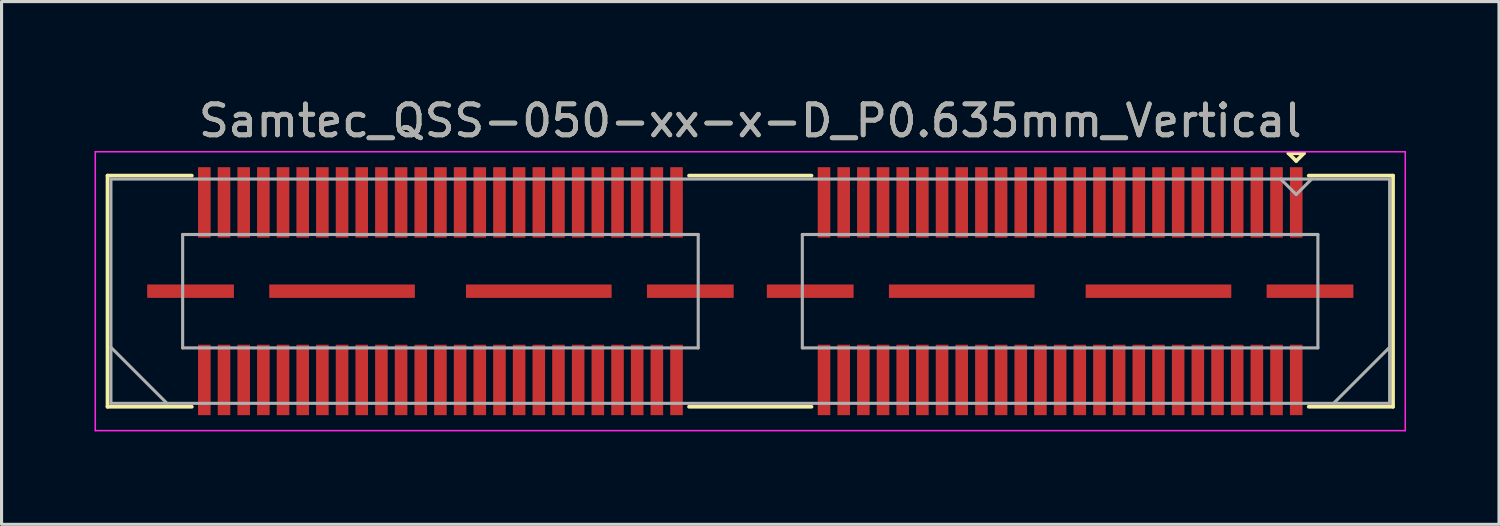
<source format=kicad_pcb>
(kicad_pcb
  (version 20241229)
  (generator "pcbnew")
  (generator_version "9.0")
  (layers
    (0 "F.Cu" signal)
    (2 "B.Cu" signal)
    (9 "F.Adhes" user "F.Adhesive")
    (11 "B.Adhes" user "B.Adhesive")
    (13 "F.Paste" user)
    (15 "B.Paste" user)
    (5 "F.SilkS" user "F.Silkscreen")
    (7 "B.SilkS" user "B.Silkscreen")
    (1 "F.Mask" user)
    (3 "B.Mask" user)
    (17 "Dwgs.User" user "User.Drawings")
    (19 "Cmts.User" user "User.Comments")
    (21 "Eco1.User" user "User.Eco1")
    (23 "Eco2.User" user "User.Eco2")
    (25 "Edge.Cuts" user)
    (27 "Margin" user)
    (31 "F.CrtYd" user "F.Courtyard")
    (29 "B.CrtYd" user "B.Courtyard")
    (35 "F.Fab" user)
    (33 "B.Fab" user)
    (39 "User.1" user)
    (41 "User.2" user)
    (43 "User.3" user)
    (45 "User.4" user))
  (footprint "Samtec_QSS-050-xx-x-D_P0.635mm_Vertical"
    (layer "F.Cu")
    (at 21.165 6.348)
    (property "Reference" "Samtec_QSS-050-xx-x-D_P0.635mm_Vertical" (at 0 -5.5 0) (layer "F.SilkS") (effects (font (size 1 1) (thickness 0.15))))
    (attr smd)
    (fp_line (start -20.745 -3.73) (end -18.023 -3.73) (stroke (width 0.12) (type solid)) (layer "F.SilkS"))
    (fp_line (start -20.745 3.73) (end -20.745 -3.73) (stroke (width 0.12) (type solid)) (layer "F.SilkS"))
    (fp_line (start -18.023 3.73) (end -20.745 3.73) (stroke (width 0.12) (type solid)) (layer "F.SilkS"))
    (fp_line (start 1.977 -3.73) (end -1.977 -3.73) (stroke (width 0.12) (type solid)) (layer "F.SilkS"))
    (fp_line (start 1.977 3.73) (end -1.977 3.73) (stroke (width 0.12) (type solid)) (layer "F.SilkS"))
    (fp_line (start 17.37 -4.452) (end 17.87 -4.452) (stroke (width 0.12) (type solid)) (layer "F.SilkS"))
    (fp_line (start 17.62 -4.202) (end 17.37 -4.452) (stroke (width 0.12) (type solid)) (layer "F.SilkS"))
    (fp_line (start 17.87 -4.452) (end 17.62 -4.202) (stroke (width 0.12) (type solid)) (layer "F.SilkS"))
    (fp_line (start 18.023 3.73) (end 20.745 3.73) (stroke (width 0.12) (type solid)) (layer "F.SilkS"))
    (fp_line (start 20.745 -3.73) (end 18.023 -3.73) (stroke (width 0.12) (type solid)) (layer "F.SilkS"))
    (fp_line (start 20.745 3.73) (end 20.745 -3.73) (stroke (width 0.12) (type solid)) (layer "F.SilkS"))
    (fp_line (start -21.14 -4.5) (end -21.14 4.5) (stroke (width 0.05) (type solid)) (layer "F.CrtYd"))
    (fp_line (start -21.14 4.5) (end 21.14 4.5) (stroke (width 0.05) (type solid)) (layer "F.CrtYd"))
    (fp_line (start 21.14 -4.5) (end -21.14 -4.5) (stroke (width 0.05) (type solid)) (layer "F.CrtYd"))
    (fp_line (start 21.14 4.5) (end 21.14 -4.5) (stroke (width 0.05) (type solid)) (layer "F.CrtYd"))
    (fp_line (start -20.635 -3.62) (end -20.635 3.62) (stroke (width 0.1) (type solid)) (layer "F.Fab"))
    (fp_line (start -20.635 1.81) (end -18.825 3.62) (stroke (width 0.1) (type solid)) (layer "F.Fab"))
    (fp_line (start -20.635 3.62) (end 20.635 3.62) (stroke (width 0.1) (type solid)) (layer "F.Fab"))
    (fp_line (start -18.32 -1.83) (end -18.32 1.83) (stroke (width 0.1) (type solid)) (layer "F.Fab"))
    (fp_line (start -18.32 1.83) (end -1.68 1.83) (stroke (width 0.1) (type solid)) (layer "F.Fab"))
    (fp_line (start -1.68 -1.83) (end -18.32 -1.83) (stroke (width 0.1) (type solid)) (layer "F.Fab"))
    (fp_line (start -1.68 1.83) (end -1.68 -1.83) (stroke (width 0.1) (type solid)) (layer "F.Fab"))
    (fp_line (start 1.68 -1.83) (end 1.68 1.83) (stroke (width 0.1) (type solid)) (layer "F.Fab"))
    (fp_line (start 1.68 1.83) (end 18.32 1.83) (stroke (width 0.1) (type solid)) (layer "F.Fab"))
    (fp_line (start 17.62 -3.12) (end 17.12 -3.62) (stroke (width 0.1) (type solid)) (layer "F.Fab"))
    (fp_line (start 18.12 -3.62) (end 17.62 -3.12) (stroke (width 0.1) (type solid)) (layer "F.Fab"))
    (fp_line (start 18.32 -1.83) (end 1.68 -1.83) (stroke (width 0.1) (type solid)) (layer "F.Fab"))
    (fp_line (start 18.32 1.83) (end 18.32 -1.83) (stroke (width 0.1) (type solid)) (layer "F.Fab"))
    (fp_line (start 20.635 -3.62) (end -20.635 -3.62) (stroke (width 0.1) (type solid)) (layer "F.Fab"))
    (fp_line (start 20.635 1.81) (end 18.825 3.62) (stroke (width 0.1) (type solid)) (layer "F.Fab"))
    (fp_line (start 20.635 3.62) (end 20.635 -3.62) (stroke (width 0.1) (type solid)) (layer "F.Fab"))
    (fp_text user "${REFERENCE}" (at 0 -5.5 0) (layer "F.Fab") (effects (font (size 1 1) (thickness 0.15))))
    (pad "1" smd rect (at 17.62 -2.865) (size 0.406 2.273) (layers "F.Cu" "F.Mask" "F.Paste"))
    (pad "2" smd rect (at 17.62 2.865) (size 0.406 2.273) (layers "F.Cu" "F.Mask" "F.Paste"))
    (pad "3" smd rect (at 16.985 -2.865) (size 0.406 2.273) (layers "F.Cu" "F.Mask" "F.Paste"))
    (pad "4" smd rect (at 16.985 2.865) (size 0.406 2.273) (layers "F.Cu" "F.Mask" "F.Paste"))
    (pad "5" smd rect (at 16.35 -2.865) (size 0.406 2.273) (layers "F.Cu" "F.Mask" "F.Paste"))
    (pad "6" smd rect (at 16.35 2.865) (size 0.406 2.273) (layers "F.Cu" "F.Mask" "F.Paste"))
    (pad "7" smd rect (at 15.715 -2.865) (size 0.406 2.273) (layers "F.Cu" "F.Mask" "F.Paste"))
    (pad "8" smd rect (at 15.715 2.865) (size 0.406 2.273) (layers "F.Cu" "F.Mask" "F.Paste"))
    (pad "9" smd rect (at 15.08 -2.865) (size 0.406 2.273) (layers "F.Cu" "F.Mask" "F.Paste"))
    (pad "10" smd rect (at 15.08 2.865) (size 0.406 2.273) (layers "F.Cu" "F.Mask" "F.Paste"))
    (pad "11" smd rect (at 14.445 -2.865) (size 0.406 2.273) (layers "F.Cu" "F.Mask" "F.Paste"))
    (pad "12" smd rect (at 14.445 2.865) (size 0.406 2.273) (layers "F.Cu" "F.Mask" "F.Paste"))
    (pad "13" smd rect (at 13.81 -2.865) (size 0.406 2.273) (layers "F.Cu" "F.Mask" "F.Paste"))
    (pad "14" smd rect (at 13.81 2.865) (size 0.406 2.273) (layers "F.Cu" "F.Mask" "F.Paste"))
    (pad "15" smd rect (at 13.175 -2.865) (size 0.406 2.273) (layers "F.Cu" "F.Mask" "F.Paste"))
    (pad "16" smd rect (at 13.175 2.865) (size 0.406 2.273) (layers "F.Cu" "F.Mask" "F.Paste"))
    (pad "17" smd rect (at 12.54 -2.865) (size 0.406 2.273) (layers "F.Cu" "F.Mask" "F.Paste"))
    (pad "18" smd rect (at 12.54 2.865) (size 0.406 2.273) (layers "F.Cu" "F.Mask" "F.Paste"))
    (pad "19" smd rect (at 11.905 -2.865) (size 0.406 2.273) (layers "F.Cu" "F.Mask" "F.Paste"))
    (pad "20" smd rect (at 11.905 2.865) (size 0.406 2.273) (layers "F.Cu" "F.Mask" "F.Paste"))
    (pad "21" smd rect (at 11.27 -2.865) (size 0.406 2.273) (layers "F.Cu" "F.Mask" "F.Paste"))
    (pad "22" smd rect (at 11.27 2.865) (size 0.406 2.273) (layers "F.Cu" "F.Mask" "F.Paste"))
    (pad "23" smd rect (at 10.635 -2.865) (size 0.406 2.273) (layers "F.Cu" "F.Mask" "F.Paste"))
    (pad "24" smd rect (at 10.635 2.865) (size 0.406 2.273) (layers "F.Cu" "F.Mask" "F.Paste"))
    (pad "25" smd rect (at 10 -2.865) (size 0.406 2.273) (layers "F.Cu" "F.Mask" "F.Paste"))
    (pad "26" smd rect (at 10 2.865) (size 0.406 2.273) (layers "F.Cu" "F.Mask" "F.Paste"))
    (pad "27" smd rect (at 9.365 -2.865) (size 0.406 2.273) (layers "F.Cu" "F.Mask" "F.Paste"))
    (pad "28" smd rect (at 9.365 2.865) (size 0.406 2.273) (layers "F.Cu" "F.Mask" "F.Paste"))
    (pad "29" smd rect (at 8.73 -2.865) (size 0.406 2.273) (layers "F.Cu" "F.Mask" "F.Paste"))
    (pad "30" smd rect (at 8.73 2.865) (size 0.406 2.273) (layers "F.Cu" "F.Mask" "F.Paste"))
    (pad "31" smd rect (at 8.095 -2.865) (size 0.406 2.273) (layers "F.Cu" "F.Mask" "F.Paste"))
    (pad "32" smd rect (at 8.095 2.865) (size 0.406 2.273) (layers "F.Cu" "F.Mask" "F.Paste"))
    (pad "33" smd rect (at 7.46 -2.865) (size 0.406 2.273) (layers "F.Cu" "F.Mask" "F.Paste"))
    (pad "34" smd rect (at 7.46 2.865) (size 0.406 2.273) (layers "F.Cu" "F.Mask" "F.Paste"))
    (pad "35" smd rect (at 6.825 -2.865) (size 0.406 2.273) (layers "F.Cu" "F.Mask" "F.Paste"))
    (pad "36" smd rect (at 6.825 2.865) (size 0.406 2.273) (layers "F.Cu" "F.Mask" "F.Paste"))
    (pad "37" smd rect (at 6.19 -2.865) (size 0.406 2.273) (layers "F.Cu" "F.Mask" "F.Paste"))
    (pad "38" smd rect (at 6.19 2.865) (size 0.406 2.273) (layers "F.Cu" "F.Mask" "F.Paste"))
    (pad "39" smd rect (at 5.555 -2.865) (size 0.406 2.273) (layers "F.Cu" "F.Mask" "F.Paste"))
    (pad "40" smd rect (at 5.555 2.865) (size 0.406 2.273) (layers "F.Cu" "F.Mask" "F.Paste"))
    (pad "41" smd rect (at 4.92 -2.865) (size 0.406 2.273) (layers "F.Cu" "F.Mask" "F.Paste"))
    (pad "42" smd rect (at 4.92 2.865) (size 0.406 2.273) (layers "F.Cu" "F.Mask" "F.Paste"))
    (pad "43" smd rect (at 4.285 -2.865) (size 0.406 2.273) (layers "F.Cu" "F.Mask" "F.Paste"))
    (pad "44" smd rect (at 4.285 2.865) (size 0.406 2.273) (layers "F.Cu" "F.Mask" "F.Paste"))
    (pad "45" smd rect (at 3.65 -2.865) (size 0.406 2.273) (layers "F.Cu" "F.Mask" "F.Paste"))
    (pad "46" smd rect (at 3.65 2.865) (size 0.406 2.273) (layers "F.Cu" "F.Mask" "F.Paste"))
    (pad "47" smd rect (at 3.015 -2.865) (size 0.406 2.273) (layers "F.Cu" "F.Mask" "F.Paste"))
    (pad "48" smd rect (at 3.015 2.865) (size 0.406 2.273) (layers "F.Cu" "F.Mask" "F.Paste"))
    (pad "49" smd rect (at 2.38 -2.865) (size 0.406 2.273) (layers "F.Cu" "F.Mask" "F.Paste"))
    (pad "50" smd rect (at 2.38 2.865) (size 0.406 2.273) (layers "F.Cu" "F.Mask" "F.Paste"))
    (pad "51" smd rect (at -2.38 -2.865) (size 0.406 2.273) (layers "F.Cu" "F.Mask" "F.Paste"))
    (pad "52" smd rect (at -2.38 2.865) (size 0.406 2.273) (layers "F.Cu" "F.Mask" "F.Paste"))
    (pad "53" smd rect (at -3.015 -2.865) (size 0.406 2.273) (layers "F.Cu" "F.Mask" "F.Paste"))
    (pad "54" smd rect (at -3.015 2.865) (size 0.406 2.273) (layers "F.Cu" "F.Mask" "F.Paste"))
    (pad "55" smd rect (at -3.65 -2.865) (size 0.406 2.273) (layers "F.Cu" "F.Mask" "F.Paste"))
    (pad "56" smd rect (at -3.65 2.865) (size 0.406 2.273) (layers "F.Cu" "F.Mask" "F.Paste"))
    (pad "57" smd rect (at -4.285 -2.865) (size 0.406 2.273) (layers "F.Cu" "F.Mask" "F.Paste"))
    (pad "58" smd rect (at -4.285 2.865) (size 0.406 2.273) (layers "F.Cu" "F.Mask" "F.Paste"))
    (pad "59" smd rect (at -4.92 -2.865) (size 0.406 2.273) (layers "F.Cu" "F.Mask" "F.Paste"))
    (pad "60" smd rect (at -4.92 2.865) (size 0.406 2.273) (layers "F.Cu" "F.Mask" "F.Paste"))
    (pad "61" smd rect (at -5.555 -2.865) (size 0.406 2.273) (layers "F.Cu" "F.Mask" "F.Paste"))
    (pad "62" smd rect (at -5.555 2.865) (size 0.406 2.273) (layers "F.Cu" "F.Mask" "F.Paste"))
    (pad "63" smd rect (at -6.19 -2.865) (size 0.406 2.273) (layers "F.Cu" "F.Mask" "F.Paste"))
    (pad "64" smd rect (at -6.19 2.865) (size 0.406 2.273) (layers "F.Cu" "F.Mask" "F.Paste"))
    (pad "65" smd rect (at -6.825 -2.865) (size 0.406 2.273) (layers "F.Cu" "F.Mask" "F.Paste"))
    (pad "66" smd rect (at -6.825 2.865) (size 0.406 2.273) (layers "F.Cu" "F.Mask" "F.Paste"))
    (pad "67" smd rect (at -7.46 -2.865) (size 0.406 2.273) (layers "F.Cu" "F.Mask" "F.Paste"))
    (pad "68" smd rect (at -7.46 2.865) (size 0.406 2.273) (layers "F.Cu" "F.Mask" "F.Paste"))
    (pad "69" smd rect (at -8.095 -2.865) (size 0.406 2.273) (layers "F.Cu" "F.Mask" "F.Paste"))
    (pad "70" smd rect (at -8.095 2.865) (size 0.406 2.273) (layers "F.Cu" "F.Mask" "F.Paste"))
    (pad "71" smd rect (at -8.73 -2.865) (size 0.406 2.273) (layers "F.Cu" "F.Mask" "F.Paste"))
    (pad "72" smd rect (at -8.73 2.865) (size 0.406 2.273) (layers "F.Cu" "F.Mask" "F.Paste"))
    (pad "73" smd rect (at -9.365 -2.865) (size 0.406 2.273) (layers "F.Cu" "F.Mask" "F.Paste"))
    (pad "74" smd rect (at -9.365 2.865) (size 0.406 2.273) (layers "F.Cu" "F.Mask" "F.Paste"))
    (pad "75" smd rect (at -10 -2.865) (size 0.406 2.273) (layers "F.Cu" "F.Mask" "F.Paste"))
    (pad "76" smd rect (at -10 2.865) (size 0.406 2.273) (layers "F.Cu" "F.Mask" "F.Paste"))
    (pad "77" smd rect (at -10.635 -2.865) (size 0.406 2.273) (layers "F.Cu" "F.Mask" "F.Paste"))
    (pad "78" smd rect (at -10.635 2.865) (size 0.406 2.273) (layers "F.Cu" "F.Mask" "F.Paste"))
    (pad "79" smd rect (at -11.27 -2.865) (size 0.406 2.273) (layers "F.Cu" "F.Mask" "F.Paste"))
    (pad "80" smd rect (at -11.27 2.865) (size 0.406 2.273) (layers "F.Cu" "F.Mask" "F.Paste"))
    (pad "81" smd rect (at -11.905 -2.865) (size 0.406 2.273) (layers "F.Cu" "F.Mask" "F.Paste"))
    (pad "82" smd rect (at -11.905 2.865) (size 0.406 2.273) (layers "F.Cu" "F.Mask" "F.Paste"))
    (pad "83" smd rect (at -12.54 -2.865) (size 0.406 2.273) (layers "F.Cu" "F.Mask" "F.Paste"))
    (pad "84" smd rect (at -12.54 2.865) (size 0.406 2.273) (layers "F.Cu" "F.Mask" "F.Paste"))
    (pad "85" smd rect (at -13.175 -2.865) (size 0.406 2.273) (layers "F.Cu" "F.Mask" "F.Paste"))
    (pad "86" smd rect (at -13.175 2.865) (size 0.406 2.273) (layers "F.Cu" "F.Mask" "F.Paste"))
    (pad "87" smd rect (at -13.81 -2.865) (size 0.406 2.273) (layers "F.Cu" "F.Mask" "F.Paste"))
    (pad "88" smd rect (at -13.81 2.865) (size 0.406 2.273) (layers "F.Cu" "F.Mask" "F.Paste"))
    (pad "89" smd rect (at -14.445 -2.865) (size 0.406 2.273) (layers "F.Cu" "F.Mask" "F.Paste"))
    (pad "90" smd rect (at -14.445 2.865) (size 0.406 2.273) (layers "F.Cu" "F.Mask" "F.Paste"))
    (pad "91" smd rect (at -15.08 -2.865) (size 0.406 2.273) (layers "F.Cu" "F.Mask" "F.Paste"))
    (pad "92" smd rect (at -15.08 2.865) (size 0.406 2.273) (layers "F.Cu" "F.Mask" "F.Paste"))
    (pad "93" smd rect (at -15.715 -2.865) (size 0.406 2.273) (layers "F.Cu" "F.Mask" "F.Paste"))
    (pad "94" smd rect (at -15.715 2.865) (size 0.406 2.273) (layers "F.Cu" "F.Mask" "F.Paste"))
    (pad "95" smd rect (at -16.35 -2.865) (size 0.406 2.273) (layers "F.Cu" "F.Mask" "F.Paste"))
    (pad "96" smd rect (at -16.35 2.865) (size 0.406 2.273) (layers "F.Cu" "F.Mask" "F.Paste"))
    (pad "97" smd rect (at -16.985 -2.865) (size 0.406 2.273) (layers "F.Cu" "F.Mask" "F.Paste"))
    (pad "98" smd rect (at -16.985 2.865) (size 0.406 2.273) (layers "F.Cu" "F.Mask" "F.Paste"))
    (pad "99" smd rect (at -17.62 -2.865) (size 0.406 2.273) (layers "F.Cu" "F.Mask" "F.Paste"))
    (pad "100" smd rect (at -17.62 2.865) (size 0.406 2.273) (layers "F.Cu" "F.Mask" "F.Paste"))
    (pad "P1" smd rect (at 1.935 0) (size 2.8 0.432) (layers "F.Cu" "F.Mask" "F.Paste"))
    (pad "P1" smd rect (at 6.825 0) (size 4.7 0.432) (layers "F.Cu" "F.Mask" "F.Paste"))
    (pad "P1" smd rect (at 13.175 0) (size 4.7 0.432) (layers "F.Cu" "F.Mask" "F.Paste"))
    (pad "P1" smd rect (at 18.065 0) (size 2.8 0.432) (layers "F.Cu" "F.Mask" "F.Paste"))
    (pad "P2" smd rect (at -18.065 0) (size 2.8 0.432) (layers "F.Cu" "F.Mask" "F.Paste"))
    (pad "P2" smd rect (at -13.175 0) (size 4.7 0.432) (layers "F.Cu" "F.Mask" "F.Paste"))
    (pad "P2" smd rect (at -6.825 0) (size 4.7 0.432) (layers "F.Cu" "F.Mask" "F.Paste"))
    (pad "P2" smd rect (at -1.935 0) (size 2.8 0.432) (layers "F.Cu" "F.Mask" "F.Paste")))
  (gr_rect
    (start -3 -3)
    (end 45.33 13.873)
    (stroke (width 0.1) (type default))
    (fill no)
    (layer "Edge.Cuts")))
</source>
